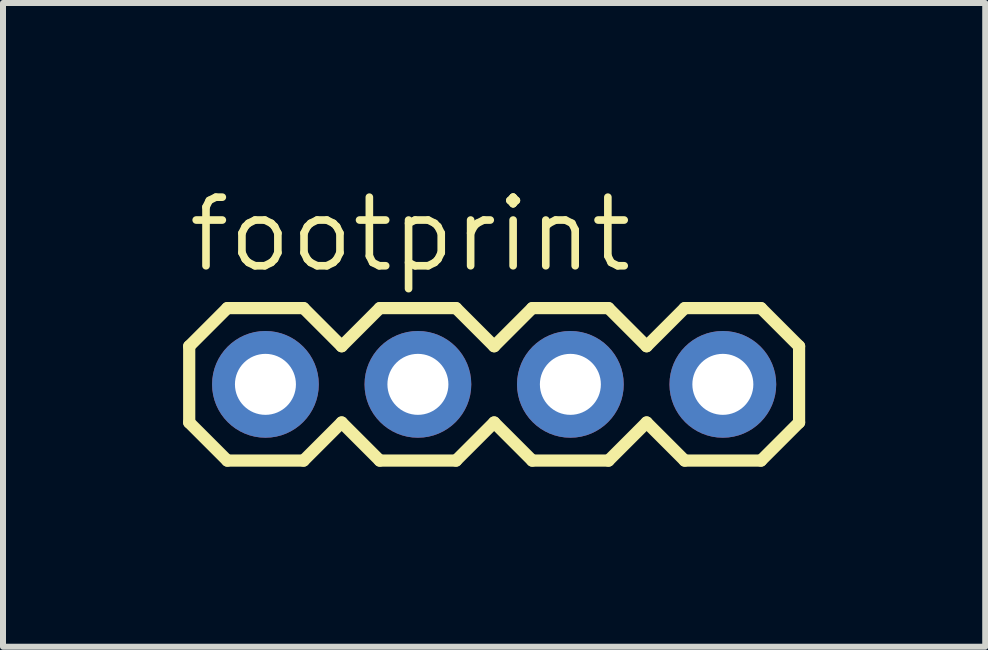
<source format=kicad_pcb>
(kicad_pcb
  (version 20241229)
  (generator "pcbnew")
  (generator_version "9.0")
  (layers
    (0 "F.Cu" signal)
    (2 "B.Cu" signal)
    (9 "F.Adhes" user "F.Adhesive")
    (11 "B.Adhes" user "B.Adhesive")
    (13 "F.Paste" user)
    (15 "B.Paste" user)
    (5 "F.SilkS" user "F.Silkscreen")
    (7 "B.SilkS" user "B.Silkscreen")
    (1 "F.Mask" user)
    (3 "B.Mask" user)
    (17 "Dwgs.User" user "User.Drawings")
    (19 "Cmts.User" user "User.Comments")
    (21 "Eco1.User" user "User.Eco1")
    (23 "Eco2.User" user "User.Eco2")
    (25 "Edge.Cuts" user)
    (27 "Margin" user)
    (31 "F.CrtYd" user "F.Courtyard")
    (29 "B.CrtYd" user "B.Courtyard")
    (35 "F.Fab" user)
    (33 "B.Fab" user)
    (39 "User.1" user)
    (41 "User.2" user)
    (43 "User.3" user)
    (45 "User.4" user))
  (footprint "footprint"
    (layer "F.Cu")
    (at 1.372 3.353)
    (property "Reference" "footprint" (at -1.346 -1.829 0) (layer "F.SilkS") (effects (font (size 1.143 1.143) (thickness 0.127)) (justify left bottom)))
    (fp_line (start -1.27 -0.635) (end -1.27 0.635) (stroke (width 0.203) (type solid)) (layer "F.SilkS"))
    (fp_line (start -1.27 0.635) (end -0.635 1.27) (stroke (width 0.203) (type solid)) (layer "F.SilkS"))
    (fp_line (start -0.635 -1.27) (end -1.27 -0.635) (stroke (width 0.203) (type solid)) (layer "F.SilkS"))
    (fp_line (start -0.635 -1.27) (end 0.635 -1.27) (stroke (width 0.203) (type solid)) (layer "F.SilkS"))
    (fp_line (start 0.635 -1.27) (end 1.27 -0.635) (stroke (width 0.203) (type solid)) (layer "F.SilkS"))
    (fp_line (start 0.635 1.27) (end -0.635 1.27) (stroke (width 0.203) (type solid)) (layer "F.SilkS"))
    (fp_line (start 1.27 -0.635) (end 1.905 -1.27) (stroke (width 0.203) (type solid)) (layer "F.SilkS"))
    (fp_line (start 1.27 0.635) (end 0.635 1.27) (stroke (width 0.203) (type solid)) (layer "F.SilkS"))
    (fp_line (start 1.905 -1.27) (end 3.175 -1.27) (stroke (width 0.203) (type solid)) (layer "F.SilkS"))
    (fp_line (start 1.905 1.27) (end 1.27 0.635) (stroke (width 0.203) (type solid)) (layer "F.SilkS"))
    (fp_line (start 3.175 -1.27) (end 3.81 -0.635) (stroke (width 0.203) (type solid)) (layer "F.SilkS"))
    (fp_line (start 3.175 1.27) (end 1.905 1.27) (stroke (width 0.203) (type solid)) (layer "F.SilkS"))
    (fp_line (start 3.81 -0.635) (end 4.445 -1.27) (stroke (width 0.203) (type solid)) (layer "F.SilkS"))
    (fp_line (start 3.81 0.635) (end 3.175 1.27) (stroke (width 0.203) (type solid)) (layer "F.SilkS"))
    (fp_line (start 4.445 -1.27) (end 5.715 -1.27) (stroke (width 0.203) (type solid)) (layer "F.SilkS"))
    (fp_line (start 4.445 1.27) (end 3.81 0.635) (stroke (width 0.203) (type solid)) (layer "F.SilkS"))
    (fp_line (start 5.715 -1.27) (end 6.35 -0.635) (stroke (width 0.203) (type solid)) (layer "F.SilkS"))
    (fp_line (start 5.715 1.27) (end 4.445 1.27) (stroke (width 0.203) (type solid)) (layer "F.SilkS"))
    (fp_line (start 6.35 0.635) (end 5.715 1.27) (stroke (width 0.203) (type solid)) (layer "F.SilkS"))
    (fp_line (start 6.35 0.635) (end 6.985 1.27) (stroke (width 0.203) (type solid)) (layer "F.SilkS"))
    (fp_line (start 6.985 -1.27) (end 6.35 -0.635) (stroke (width 0.203) (type solid)) (layer "F.SilkS"))
    (fp_line (start 6.985 -1.27) (end 8.255 -1.27) (stroke (width 0.203) (type solid)) (layer "F.SilkS"))
    (fp_line (start 8.255 -1.27) (end 8.89 -0.635) (stroke (width 0.203) (type solid)) (layer "F.SilkS"))
    (fp_line (start 8.255 1.27) (end 6.985 1.27) (stroke (width 0.203) (type solid)) (layer "F.SilkS"))
    (fp_line (start 8.89 -0.635) (end 8.89 0.635) (stroke (width 0.203) (type solid)) (layer "F.SilkS"))
    (fp_line (start 8.89 0.635) (end 8.255 1.27) (stroke (width 0.203) (type solid)) (layer "F.SilkS"))
    (fp_poly (pts (xy -0.254 0.254) (xy 0.254 0.254) (xy 0.254 -0.254) (xy -0.254 -0.254)) (stroke (width 0.1) (type solid)) (fill no) (layer "F.Fab"))
    (fp_poly (pts (xy 2.286 0.254) (xy 2.794 0.254) (xy 2.794 -0.254) (xy 2.286 -0.254)) (stroke (width 0.1) (type solid)) (fill no) (layer "F.Fab"))
    (fp_poly (pts (xy 4.826 0.254) (xy 5.334 0.254) (xy 5.334 -0.254) (xy 4.826 -0.254)) (stroke (width 0.1) (type solid)) (fill no) (layer "F.Fab"))
    (fp_poly (pts (xy 7.366 0.254) (xy 7.874 0.254) (xy 7.874 -0.254) (xy 7.366 -0.254)) (stroke (width 0.1) (type solid)) (fill no) (layer "F.Fab"))
    (pad "1" thru_hole circle (at 0 0 90) (size 1.778 1.778) (drill 1.016) (layers "*.Cu" "*.Mask"))
    (pad "2" thru_hole circle (at 2.54 0 90) (size 1.778 1.778) (drill 1.016) (layers "*.Cu" "*.Mask"))
    (pad "3" thru_hole circle (at 5.08 0 90) (size 1.778 1.778) (drill 1.016) (layers "*.Cu" "*.Mask"))
    (pad "4" thru_hole circle (at 7.62 0 90) (size 1.778 1.778) (drill 1.016) (layers "*.Cu" "*.Mask")))
  (gr_rect
    (start -3 -3)
    (end 13.363 7.724)
    (stroke (width 0.1) (type default))
    (fill no)
    (layer "Edge.Cuts")))
</source>
